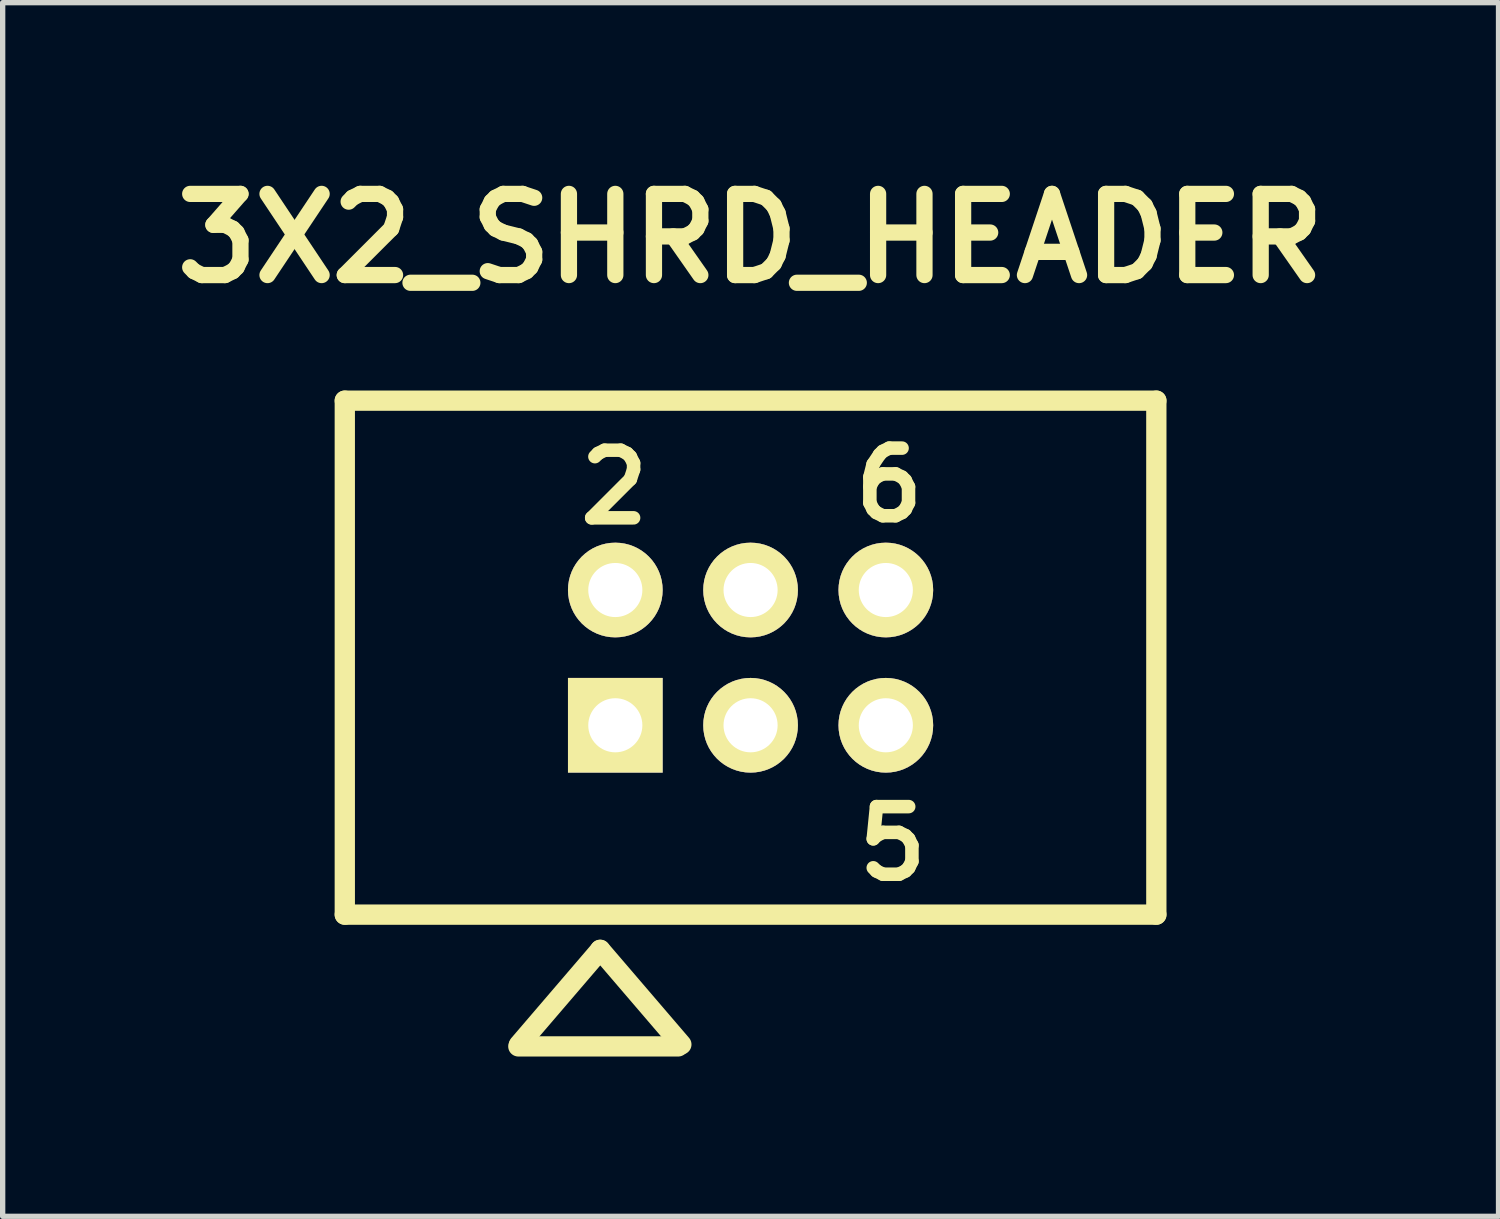
<source format=kicad_pcb>
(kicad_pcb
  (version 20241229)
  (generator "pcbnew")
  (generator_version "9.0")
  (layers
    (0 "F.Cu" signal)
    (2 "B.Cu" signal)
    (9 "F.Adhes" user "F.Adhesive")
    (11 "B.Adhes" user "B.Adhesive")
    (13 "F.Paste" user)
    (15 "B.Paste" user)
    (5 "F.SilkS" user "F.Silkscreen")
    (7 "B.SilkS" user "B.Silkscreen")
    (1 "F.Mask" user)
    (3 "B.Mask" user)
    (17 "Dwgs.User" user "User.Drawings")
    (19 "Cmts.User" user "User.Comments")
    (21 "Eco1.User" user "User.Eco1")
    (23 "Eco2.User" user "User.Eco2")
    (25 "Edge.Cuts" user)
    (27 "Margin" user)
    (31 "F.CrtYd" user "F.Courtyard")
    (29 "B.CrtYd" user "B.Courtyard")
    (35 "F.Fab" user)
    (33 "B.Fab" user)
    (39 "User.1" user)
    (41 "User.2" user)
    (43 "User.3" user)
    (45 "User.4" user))
  (footprint "3X2_SHRD_HEADER"
    (layer "F.Cu")
    (at 11.045 9.3)
    (property "Reference" "3X2_SHRD_HEADER" (at 0 -7.874 0) (layer "F.SilkS") (effects (font (size 1.524 1.524) (thickness 0.305))))
    (attr through_hole)
    (fp_line (start -7.62 -4.826) (end 7.62 -4.826) (stroke (width 0.381) (type solid)) (layer "F.SilkS"))
    (fp_line (start -7.62 4.826) (end -7.62 -4.826) (stroke (width 0.381) (type solid)) (layer "F.SilkS"))
    (fp_line (start -7.62 4.826) (end 7.62 4.826) (stroke (width 0.381) (type solid)) (layer "F.SilkS"))
    (fp_line (start -4.361 7.3) (end -1.359 7.3) (stroke (width 0.381) (type solid)) (layer "F.SilkS"))
    (fp_line (start -2.824 5.489) (end -4.348 7.267) (stroke (width 0.381) (type solid)) (layer "F.SilkS"))
    (fp_line (start -1.3 7.264) (end -2.824 5.486) (stroke (width 0.381) (type solid)) (layer "F.SilkS"))
    (fp_line (start 7.62 -4.826) (end 7.62 4.826) (stroke (width 0.381) (type solid)) (layer "F.SilkS"))
    (fp_text user "5" (at 2.667 3.493 0) (layer "F.SilkS") (effects (font (size 1.27 1.27) (thickness 0.254))))
    (fp_text user "2" (at -2.56 -3.2 0) (layer "F.SilkS") (effects (font (size 1.27 1.27) (thickness 0.254))))
    (fp_text user "6" (at 2.603 -3.239 0) (layer "F.SilkS") (effects (font (size 1.27 1.27) (thickness 0.254))))
    (pad "1" thru_hole rect (at -2.54 1.27) (size 1.778 1.778) (drill 1.016) (layers "*.Cu" "*.Mask" "F.SilkS"))
    (pad "2" thru_hole circle (at -2.54 -1.27) (size 1.778 1.778) (drill 1.016) (layers "*.Cu" "*.Mask" "F.SilkS"))
    (pad "3" thru_hole circle (at 0 1.27) (size 1.778 1.778) (drill 1.016) (layers "*.Cu" "*.Mask" "F.SilkS"))
    (pad "4" thru_hole circle (at 0 -1.27) (size 1.778 1.778) (drill 1.016) (layers "*.Cu" "*.Mask" "F.SilkS"))
    (pad "5" thru_hole circle (at 2.54 1.27) (size 1.778 1.778) (drill 1.016) (layers "*.Cu" "*.Mask" "F.SilkS"))
    (pad "6" thru_hole circle (at 2.54 -1.27) (size 1.778 1.778) (drill 1.016) (layers "*.Cu" "*.Mask" "F.SilkS")))
  (gr_rect
    (start -3 -3)
    (end 25.091 19.791)
    (stroke (width 0.1) (type default))
    (fill no)
    (layer "Edge.Cuts")))
</source>
